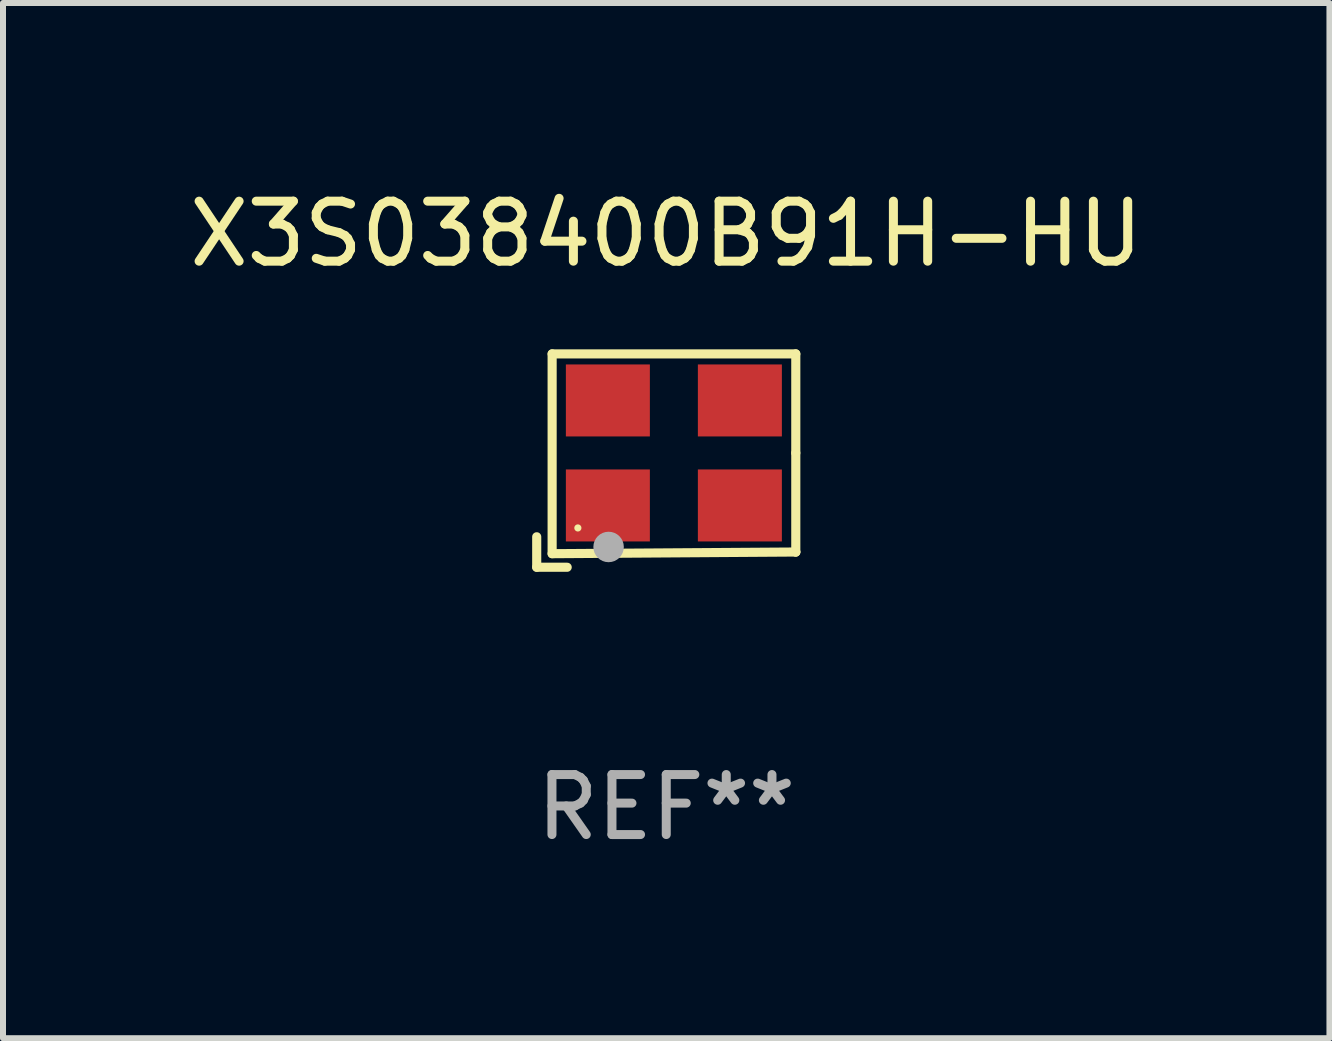
<source format=kicad_pcb>
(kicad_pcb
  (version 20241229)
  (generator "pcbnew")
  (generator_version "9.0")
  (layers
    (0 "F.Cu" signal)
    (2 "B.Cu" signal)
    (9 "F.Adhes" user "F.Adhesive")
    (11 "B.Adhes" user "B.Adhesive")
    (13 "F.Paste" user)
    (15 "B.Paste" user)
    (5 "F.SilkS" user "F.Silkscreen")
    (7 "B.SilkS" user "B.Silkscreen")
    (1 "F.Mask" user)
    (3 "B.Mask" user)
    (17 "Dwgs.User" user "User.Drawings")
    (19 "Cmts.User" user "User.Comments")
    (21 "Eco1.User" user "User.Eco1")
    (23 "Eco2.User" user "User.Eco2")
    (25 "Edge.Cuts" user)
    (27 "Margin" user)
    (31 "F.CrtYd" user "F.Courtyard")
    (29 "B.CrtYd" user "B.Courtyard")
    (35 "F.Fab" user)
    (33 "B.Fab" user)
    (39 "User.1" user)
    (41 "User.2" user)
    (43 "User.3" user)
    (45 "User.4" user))
  (footprint "X3S038400B91H-HU"
    (layer "F.Cu")
    (at 8.054 4.626)
    (property "Reference" "X3S038400B91H-HU" (at 0 -3.778 0) (layer "F.SilkS") (effects (font (size 1 1) (thickness 0.15))))
    (attr through_hole)
    (fp_line (start -2.159 1.27) (end -2.159 1.778) (stroke (width 0.152) (type solid)) (layer "F.SilkS"))
    (fp_line (start -2.159 1.778) (end -1.651 1.778) (stroke (width 0.152) (type solid)) (layer "F.SilkS"))
    (fp_line (start -1.902 -1.778) (end 2.159 -1.778) (stroke (width 0.152) (type solid)) (layer "F.SilkS"))
    (fp_line (start -1.902 1.552) (end -1.902 -1.778) (stroke (width 0.152) (type solid)) (layer "F.SilkS"))
    (fp_line (start 2.159 -1.778) (end 2.159 -0.127) (stroke (width 0.152) (type solid)) (layer "F.SilkS"))
    (fp_line (start 2.159 -0.127) (end 2.159 1.524) (stroke (width 0.152) (type solid)) (layer "F.SilkS"))
    (fp_line (start 2.159 1.524) (end -1.902 1.552) (stroke (width 0.152) (type solid)) (layer "F.SilkS"))
    (fp_line (start 2.159 1.524) (end 2.159 1.524) (stroke (width 0.152) (type solid)) (layer "F.SilkS"))
    (fp_circle (center -1.473 1.123) (end -1.443 1.123) (stroke (width 0.06) (type solid)) (fill no) (layer "F.SilkS"))
    (fp_circle (center -0.961 1.44) (end -0.834 1.44) (stroke (width 0.254) (type solid)) (fill no) (layer "F.Fab"))
    (fp_text user "REF**" (at 0 5.778 0) (layer "F.Fab") (effects (font (size 1 1) (thickness 0.15))))
    (pad "1" smd rect (at -0.973 0.748) (size 1.4 1.2) (layers "F.Cu" "F.Mask" "F.Paste"))
    (pad "2" smd rect (at 1.227 0.748) (size 1.4 1.2) (layers "F.Cu" "F.Mask" "F.Paste"))
    (pad "3" smd rect (at 1.227 -1.002) (size 1.4 1.2) (layers "F.Cu" "F.Mask" "F.Paste"))
    (pad "4" smd rect (at -0.973 -1.002) (size 1.4 1.2) (layers "F.Cu" "F.Mask" "F.Paste")))
  (gr_rect
    (start -3 -3)
    (end 19.107 14.253)
    (stroke (width 0.1) (type default))
    (fill no)
    (layer "Edge.Cuts")))
</source>
